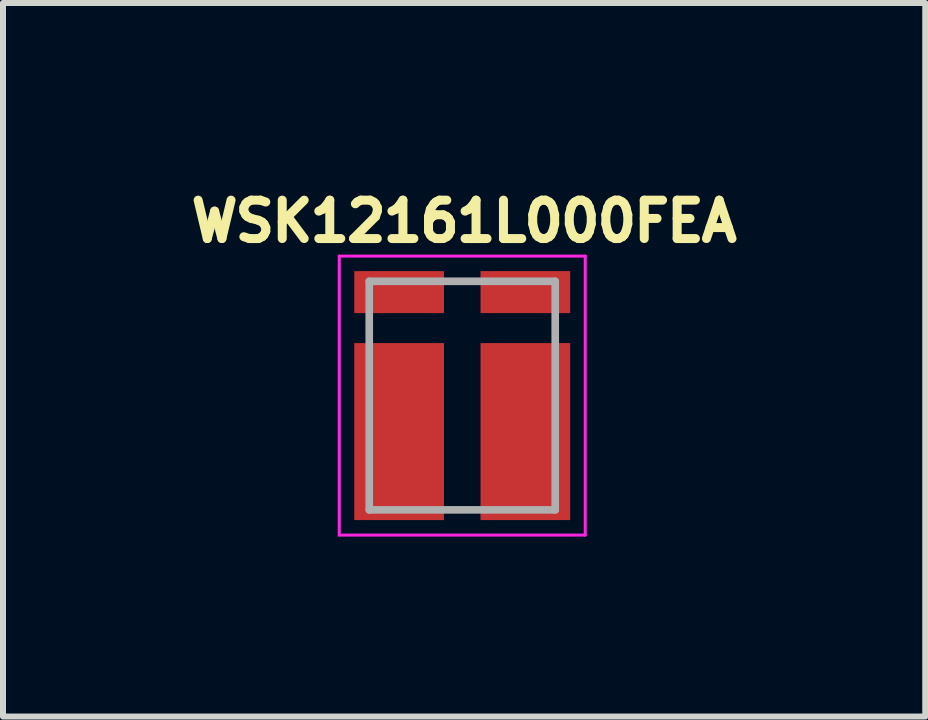
<source format=kicad_pcb>
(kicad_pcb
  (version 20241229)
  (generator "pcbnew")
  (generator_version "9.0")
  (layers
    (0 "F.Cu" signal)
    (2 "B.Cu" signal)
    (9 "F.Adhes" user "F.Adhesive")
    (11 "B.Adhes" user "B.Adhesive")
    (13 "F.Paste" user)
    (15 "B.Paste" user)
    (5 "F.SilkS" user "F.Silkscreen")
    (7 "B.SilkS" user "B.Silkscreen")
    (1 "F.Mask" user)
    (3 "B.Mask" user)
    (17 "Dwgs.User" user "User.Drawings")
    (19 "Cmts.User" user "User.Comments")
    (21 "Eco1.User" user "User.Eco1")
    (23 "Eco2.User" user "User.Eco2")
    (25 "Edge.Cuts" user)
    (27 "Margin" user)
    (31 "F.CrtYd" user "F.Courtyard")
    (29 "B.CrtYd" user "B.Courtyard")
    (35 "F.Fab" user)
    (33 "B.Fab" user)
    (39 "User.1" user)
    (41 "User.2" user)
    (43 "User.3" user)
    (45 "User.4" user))
  (footprint "WSK12161L000FEA"
    (layer "F.Cu")
    (at 4.655 3.544)
    (property "Reference" "WSK12161L000FEA" (at 0.032 -2.906 0) (layer "F.SilkS") (effects (font (size 0.64 0.64) (thickness 0.15))))
    (attr through_hole)
    (fp_line (start -2.05 -2.325) (end 2.05 -2.325) (stroke (width 0.05) (type solid)) (layer "F.CrtYd"))
    (fp_line (start -2.05 2.325) (end -2.05 -2.325) (stroke (width 0.05) (type solid)) (layer "F.CrtYd"))
    (fp_line (start 2.05 -2.325) (end 2.05 2.325) (stroke (width 0.05) (type solid)) (layer "F.CrtYd"))
    (fp_line (start 2.05 2.325) (end -2.05 2.325) (stroke (width 0.05) (type solid)) (layer "F.CrtYd"))
    (fp_line (start -1.55 -1.905) (end 1.55 -1.905) (stroke (width 0.127) (type solid)) (layer "F.Fab"))
    (fp_line (start -1.55 1.905) (end -1.55 -1.905) (stroke (width 0.127) (type solid)) (layer "F.Fab"))
    (fp_line (start 1.55 -1.905) (end 1.55 1.905) (stroke (width 0.127) (type solid)) (layer "F.Fab"))
    (fp_line (start 1.55 1.905) (end -1.55 1.905) (stroke (width 0.127) (type solid)) (layer "F.Fab"))
    (pad "1" smd rect (at -1.052 -1.725) (size 1.495 0.7) (layers "F.Cu" "F.Mask" "F.Paste"))
    (pad "2" smd rect (at -1.052 0.6) (size 1.495 2.95) (layers "F.Cu" "F.Mask" "F.Paste"))
    (pad "3" smd rect (at 1.052 0.6) (size 1.495 2.95) (layers "F.Cu" "F.Mask" "F.Paste"))
    (pad "4" smd rect (at 1.052 -1.725) (size 1.495 0.7) (layers "F.Cu" "F.Mask" "F.Paste")))
  (gr_rect
    (start -3 -3)
    (end 12.373 8.894)
    (stroke (width 0.1) (type default))
    (fill no)
    (layer "Edge.Cuts")))
</source>
